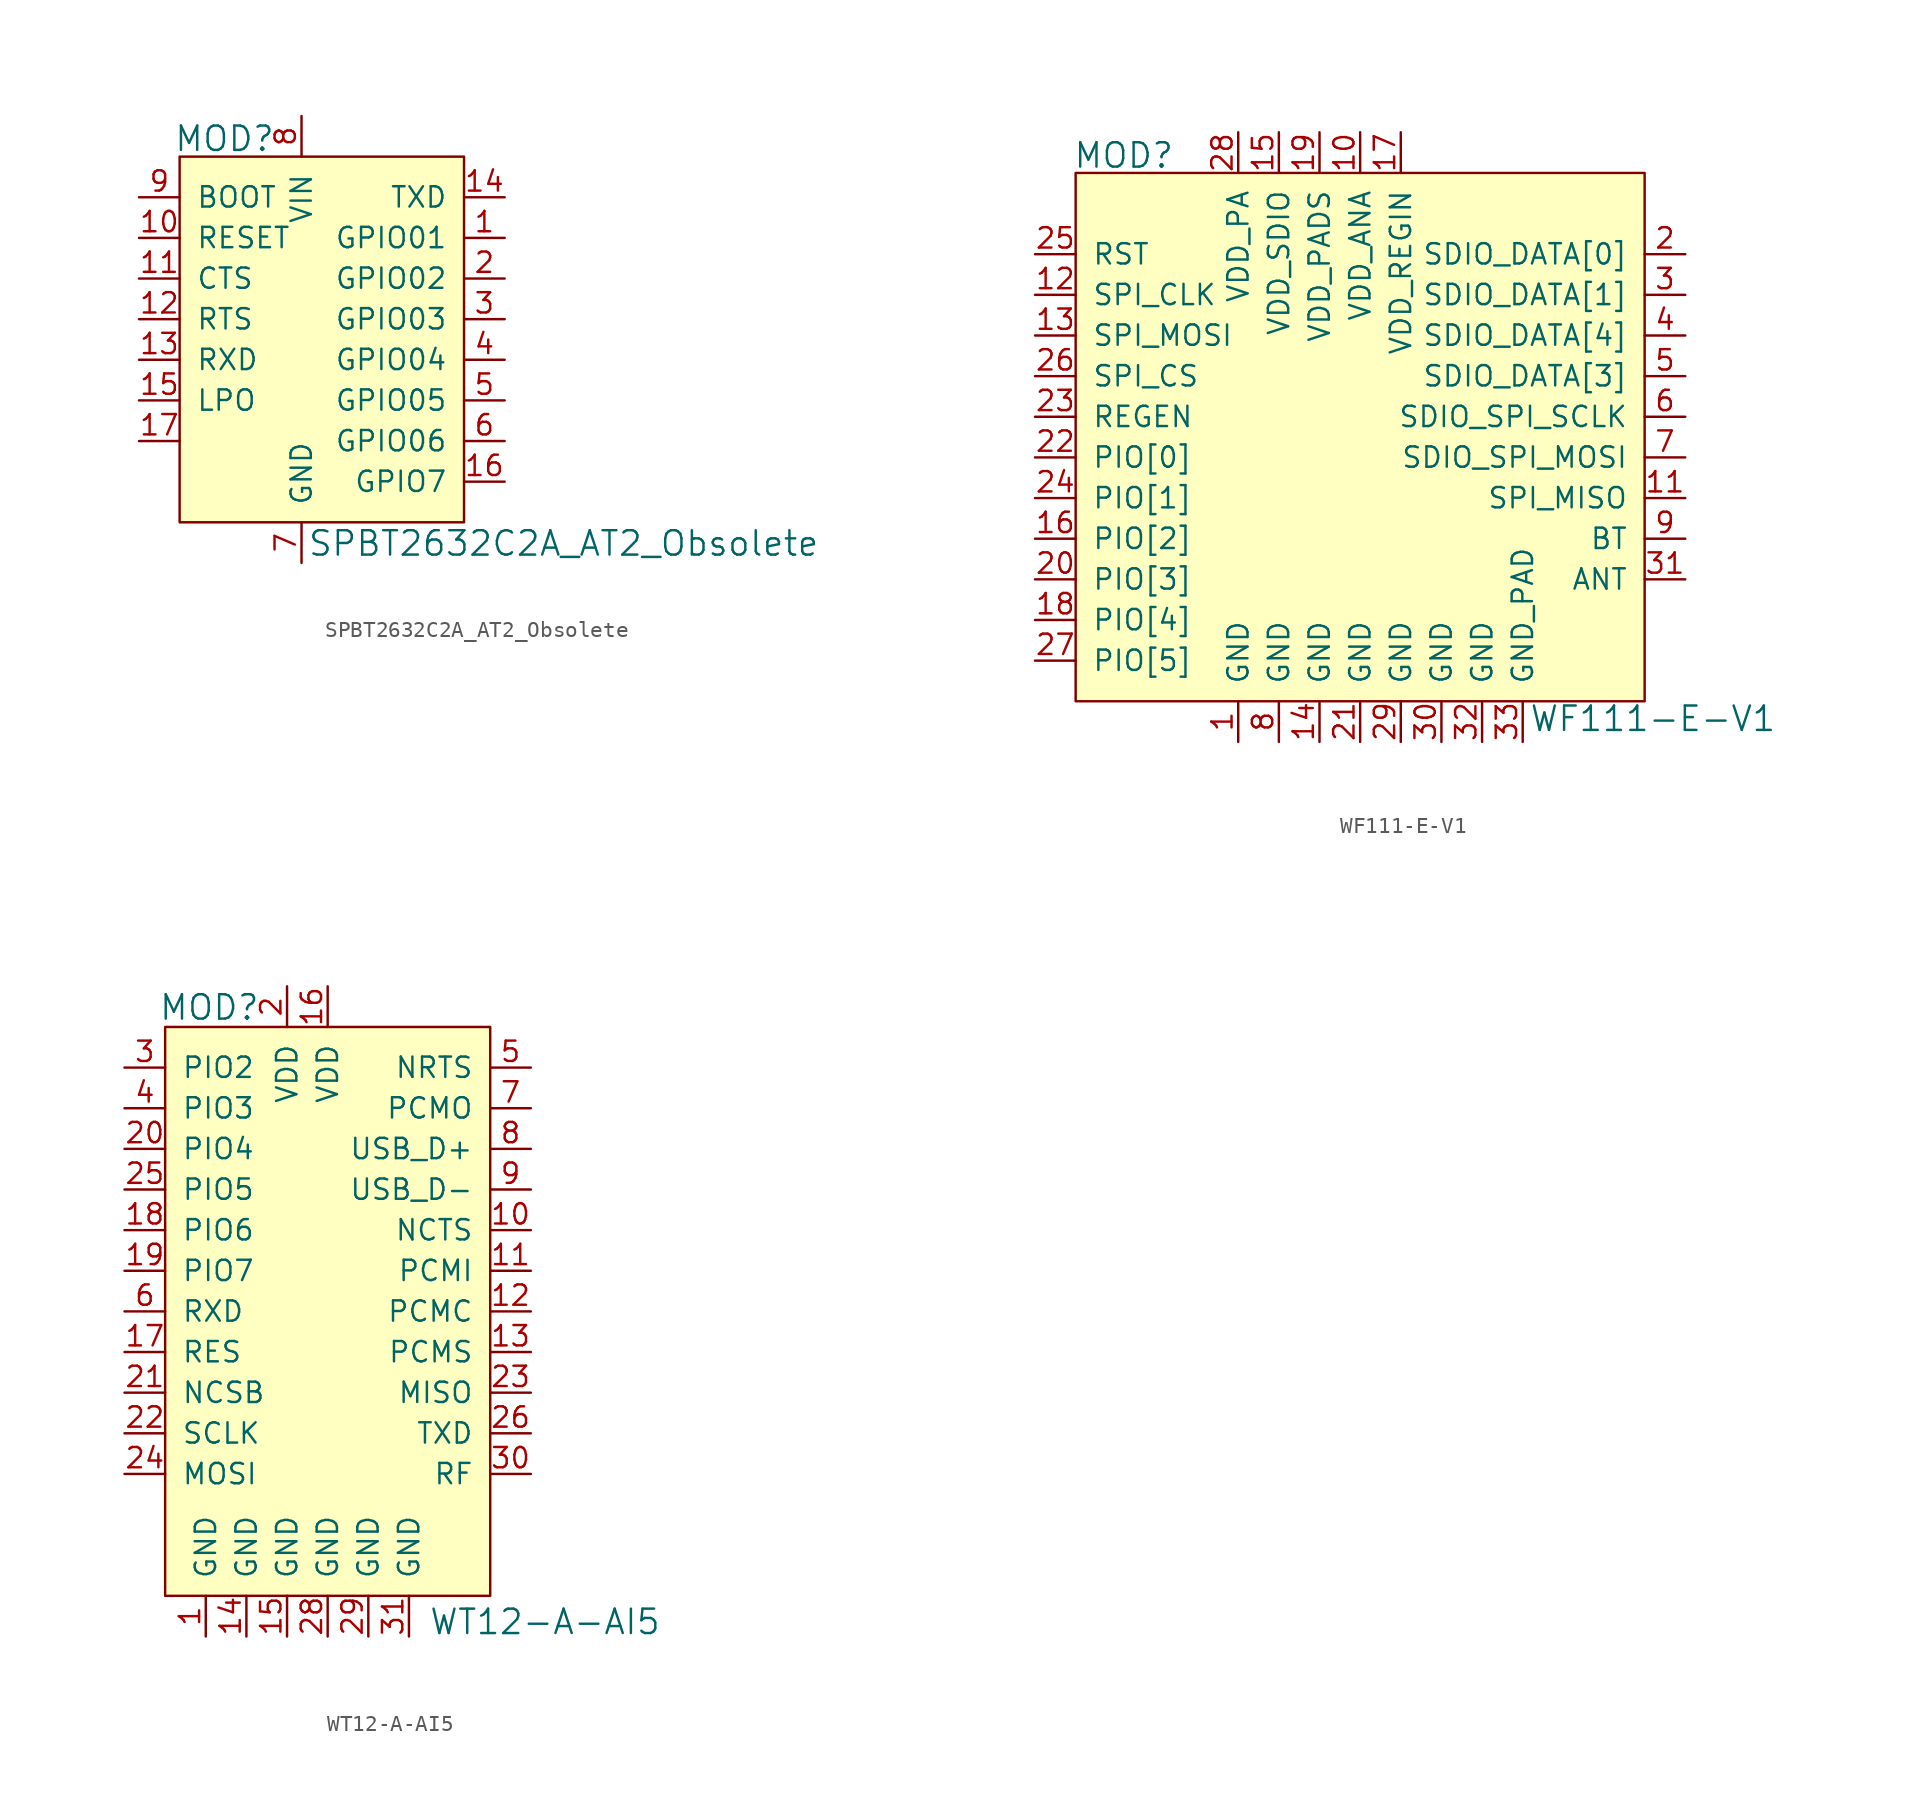
<source format=kicad_sym>
(kicad_symbol_lib
  (version 20211014)
  (generator kicad_symbol_editor)
  (symbol "SPBT2632C2A_AT2_Obsolete"
    (pin_names
      (offset 1.016))
    (property "Reference" "MOD"
      (at -8.001 13.818 0)
      (effects (font (size 1.524 1.524)) (justify left)))
    (property "Value" "SPBT2632C2A_AT2_Obsolete"
      (at 0.356 -11.481 0)
      (effects (font (size 1.524 1.524)) (justify left)))
    (symbol "SPBT2632C2A_AT2_Obsolete_0_1"
      (rectangle (start -7.62 12.7) (end 10.16 -10.16) (stroke (width 0) (type default) (color 0 0 0 0)) (fill (type background))))
    (symbol "SPBT2632C2A_AT2_Obsolete_1_1"
      (pin bidirectional line (at 12.7 7.62 180) (length 2.54) (name "GPIO01" (effects (font (size 1.27 1.27)))) (number "1" (effects (font (size 1.27 1.27)))))
      (pin input line (at -10.16 7.62 0) (length 2.54) (name "RESET" (effects (font (size 1.27 1.27)))) (number "10" (effects (font (size 1.27 1.27)))))
      (pin input line (at -10.16 5.08 0) (length 2.54) (name "CTS" (effects (font (size 1.27 1.27)))) (number "11" (effects (font (size 1.27 1.27)))))
      (pin input line (at -10.16 2.54 0) (length 2.54) (name "RTS" (effects (font (size 1.27 1.27)))) (number "12" (effects (font (size 1.27 1.27)))))
      (pin input line (at -10.16 0 0) (length 2.54) (name "RXD" (effects (font (size 1.27 1.27)))) (number "13" (effects (font (size 1.27 1.27)))))
      (pin output line (at 12.7 10.16 180) (length 2.54) (name "TXD" (effects (font (size 1.27 1.27)))) (number "14" (effects (font (size 1.27 1.27)))))
      (pin bidirectional line (at -10.16 -2.54 0) (length 2.54) (name "LPO" (effects (font (size 1.27 1.27)))) (number "15" (effects (font (size 1.27 1.27)))))
      (pin bidirectional line (at 12.7 -7.62 180) (length 2.54) (name "GPIO7" (effects (font (size 1.27 1.27)))) (number "16" (effects (font (size 1.27 1.27)))))
      (pin unspecified line (at -10.16 -5.08 0) (length 2.54) (name "~" (effects (font (size 1.27 1.27)))) (number "17" (effects (font (size 1.27 1.27)))))
      (pin bidirectional line (at 12.7 5.08 180) (length 2.54) (name "GPIO02" (effects (font (size 1.27 1.27)))) (number "2" (effects (font (size 1.27 1.27)))))
      (pin bidirectional line (at 12.7 2.54 180) (length 2.54) (name "GPIO03" (effects (font (size 1.27 1.27)))) (number "3" (effects (font (size 1.27 1.27)))))
      (pin bidirectional line (at 12.7 0 180) (length 2.54) (name "GPIO04" (effects (font (size 1.27 1.27)))) (number "4" (effects (font (size 1.27 1.27)))))
      (pin bidirectional line (at 12.7 -2.54 180) (length 2.54) (name "GPIO05" (effects (font (size 1.27 1.27)))) (number "5" (effects (font (size 1.27 1.27)))))
      (pin bidirectional line (at 12.7 -5.08 180) (length 2.54) (name "GPIO06" (effects (font (size 1.27 1.27)))) (number "6" (effects (font (size 1.27 1.27)))))
      (pin power_in line (at 0 -12.7 90) (length 2.54) (name "GND" (effects (font (size 1.27 1.27)))) (number "7" (effects (font (size 1.27 1.27)))))
      (pin power_in line (at 0 15.24 270) (length 2.54) (name "VIN" (effects (font (size 1.27 1.27)))) (number "8" (effects (font (size 1.27 1.27)))))
      (pin input line (at -10.16 10.16 0) (length 2.54) (name "BOOT" (effects (font (size 1.27 1.27)))) (number "9" (effects (font (size 1.27 1.27)))))))
  (symbol "WF111-E-V1"
    (pin_names
      (offset 1.016))
    (property "Reference" "MOD"
      (at -17.958 23.952 0)
      (effects (font (size 1.524 1.524)) (justify left)))
    (property "Value" "WF111-E-V1"
      (at 10.541 -11.252 0)
      (effects (font (size 1.524 1.524)) (justify left)))
    (symbol "WF111-E-V1_0_1"
      (rectangle (start -17.78 22.86) (end 17.78 -10.16) (stroke (width 0) (type default) (color 0 0 0 0)) (fill (type background))))
    (symbol "WF111-E-V1_1_1"
      (pin power_in line (at -7.62 -12.7 90) (length 2.54) (name "GND" (effects (font (size 1.27 1.27)))) (number "1" (effects (font (size 1.27 1.27)))))
      (pin power_in line (at 0 25.4 270) (length 2.54) (name "VDD_ANA" (effects (font (size 1.27 1.27)))) (number "10" (effects (font (size 1.27 1.27)))))
      (pin tri_state line (at 20.32 2.54 180) (length 2.54) (name "SPI_MISO" (effects (font (size 1.27 1.27)))) (number "11" (effects (font (size 1.27 1.27)))))
      (pin input line (at -20.32 15.24 0) (length 2.54) (name "SPI_CLK" (effects (font (size 1.27 1.27)))) (number "12" (effects (font (size 1.27 1.27)))))
      (pin input line (at -20.32 12.7 0) (length 2.54) (name "SPI_MOSI" (effects (font (size 1.27 1.27)))) (number "13" (effects (font (size 1.27 1.27)))))
      (pin power_in line (at -2.54 -12.7 90) (length 2.54) (name "GND" (effects (font (size 1.27 1.27)))) (number "14" (effects (font (size 1.27 1.27)))))
      (pin power_in line (at -5.08 25.4 270) (length 2.54) (name "VDD_SDIO" (effects (font (size 1.27 1.27)))) (number "15" (effects (font (size 1.27 1.27)))))
      (pin bidirectional line (at -20.32 0 0) (length 2.54) (name "PIO[2]" (effects (font (size 1.27 1.27)))) (number "16" (effects (font (size 1.27 1.27)))))
      (pin power_in line (at 2.54 25.4 270) (length 2.54) (name "VDD_REGIN" (effects (font (size 1.27 1.27)))) (number "17" (effects (font (size 1.27 1.27)))))
      (pin bidirectional line (at -20.32 -5.08 0) (length 2.54) (name "PIO[4]" (effects (font (size 1.27 1.27)))) (number "18" (effects (font (size 1.27 1.27)))))
      (pin power_in line (at -2.54 25.4 270) (length 2.54) (name "VDD_PADS" (effects (font (size 1.27 1.27)))) (number "19" (effects (font (size 1.27 1.27)))))
      (pin bidirectional line (at 20.32 17.78 180) (length 2.54) (name "SDIO_DATA[0]" (effects (font (size 1.27 1.27)))) (number "2" (effects (font (size 1.27 1.27)))))
      (pin bidirectional line (at -20.32 -2.54 0) (length 2.54) (name "PIO[3]" (effects (font (size 1.27 1.27)))) (number "20" (effects (font (size 1.27 1.27)))))
      (pin power_in line (at 0 -12.7 90) (length 2.54) (name "GND" (effects (font (size 1.27 1.27)))) (number "21" (effects (font (size 1.27 1.27)))))
      (pin bidirectional line (at -20.32 5.08 0) (length 2.54) (name "PIO[0]" (effects (font (size 1.27 1.27)))) (number "22" (effects (font (size 1.27 1.27)))))
      (pin input line (at -20.32 7.62 0) (length 2.54) (name "REGEN" (effects (font (size 1.27 1.27)))) (number "23" (effects (font (size 1.27 1.27)))))
      (pin bidirectional line (at -20.32 2.54 0) (length 2.54) (name "PIO[1]" (effects (font (size 1.27 1.27)))) (number "24" (effects (font (size 1.27 1.27)))))
      (pin input line (at -20.32 17.78 0) (length 2.54) (name "RST" (effects (font (size 1.27 1.27)))) (number "25" (effects (font (size 1.27 1.27)))))
      (pin input line (at -20.32 10.16 0) (length 2.54) (name "SPI_CS" (effects (font (size 1.27 1.27)))) (number "26" (effects (font (size 1.27 1.27)))))
      (pin bidirectional line (at -20.32 -7.62 0) (length 2.54) (name "PIO[5]" (effects (font (size 1.27 1.27)))) (number "27" (effects (font (size 1.27 1.27)))))
      (pin power_in line (at -7.62 25.4 270) (length 2.54) (name "VDD_PA" (effects (font (size 1.27 1.27)))) (number "28" (effects (font (size 1.27 1.27)))))
      (pin power_in line (at 2.54 -12.7 90) (length 2.54) (name "GND" (effects (font (size 1.27 1.27)))) (number "29" (effects (font (size 1.27 1.27)))))
      (pin bidirectional line (at 20.32 15.24 180) (length 2.54) (name "SDIO_DATA[1]" (effects (font (size 1.27 1.27)))) (number "3" (effects (font (size 1.27 1.27)))))
      (pin power_in line (at 5.08 -12.7 90) (length 2.54) (name "GND" (effects (font (size 1.27 1.27)))) (number "30" (effects (font (size 1.27 1.27)))))
      (pin output line (at 20.32 -2.54 180) (length 2.54) (name "ANT" (effects (font (size 1.27 1.27)))) (number "31" (effects (font (size 1.27 1.27)))))
      (pin power_in line (at 7.62 -12.7 90) (length 2.54) (name "GND" (effects (font (size 1.27 1.27)))) (number "32" (effects (font (size 1.27 1.27)))))
      (pin power_in line (at 10.16 -12.7 90) (length 2.54) (name "GND_PAD" (effects (font (size 1.27 1.27)))) (number "33" (effects (font (size 1.27 1.27)))))
      (pin bidirectional line (at 20.32 12.7 180) (length 2.54) (name "SDIO_DATA[4]" (effects (font (size 1.27 1.27)))) (number "4" (effects (font (size 1.27 1.27)))))
      (pin bidirectional line (at 20.32 10.16 180) (length 2.54) (name "SDIO_DATA[3]" (effects (font (size 1.27 1.27)))) (number "5" (effects (font (size 1.27 1.27)))))
      (pin input line (at 20.32 7.62 180) (length 2.54) (name "SDIO_SPI_SCLK" (effects (font (size 1.27 1.27)))) (number "6" (effects (font (size 1.27 1.27)))))
      (pin input line (at 20.32 5.08 180) (length 2.54) (name "SDIO_SPI_MOSI" (effects (font (size 1.27 1.27)))) (number "7" (effects (font (size 1.27 1.27)))))
      (pin power_in line (at -5.08 -12.7 90) (length 2.54) (name "GND" (effects (font (size 1.27 1.27)))) (number "8" (effects (font (size 1.27 1.27)))))
      (pin input line (at 20.32 0 180) (length 2.54) (name "BT" (effects (font (size 1.27 1.27)))) (number "9" (effects (font (size 1.27 1.27)))))))
  (symbol "WT12-A-AI5"
    (pin_names
      (offset 1.016))
    (property "Reference" "MOD"
      (at -1.676 16.459 0)
      (effects (font (size 1.524 1.524)) (justify right)))
    (property "Value" "WT12-A-AI5"
      (at 8.839 -21.946 0)
      (effects (font (size 1.524 1.524)) (justify left)))
    (symbol "WT12-A-AI5_0_1"
      (rectangle (start -7.62 15.24) (end 12.7 -20.32) (stroke (width 0) (type default) (color 0 0 0 0)) (fill (type background))))
    (symbol "WT12-A-AI5_1_1"
      (pin power_in line (at -5.08 -22.86 90) (length 2.54) (name "GND" (effects (font (size 1.27 1.27)))) (number "1" (effects (font (size 1.27 1.27)))))
      (pin input line (at 15.24 2.54 180) (length 2.54) (name "NCTS" (effects (font (size 1.27 1.27)))) (number "10" (effects (font (size 1.27 1.27)))))
      (pin bidirectional line (at 15.24 0 180) (length 2.54) (name "PCMI" (effects (font (size 1.27 1.27)))) (number "11" (effects (font (size 1.27 1.27)))))
      (pin bidirectional line (at 15.24 -2.54 180) (length 2.54) (name "PCMC" (effects (font (size 1.27 1.27)))) (number "12" (effects (font (size 1.27 1.27)))))
      (pin bidirectional line (at 15.24 -5.08 180) (length 2.54) (name "PCMS" (effects (font (size 1.27 1.27)))) (number "13" (effects (font (size 1.27 1.27)))))
      (pin power_in line (at -2.54 -22.86 90) (length 2.54) (name "GND" (effects (font (size 1.27 1.27)))) (number "14" (effects (font (size 1.27 1.27)))))
      (pin power_in line (at 0 -22.86 90) (length 2.54) (name "GND" (effects (font (size 1.27 1.27)))) (number "15" (effects (font (size 1.27 1.27)))))
      (pin power_in line (at 2.54 17.78 270) (length 2.54) (name "VDD" (effects (font (size 1.27 1.27)))) (number "16" (effects (font (size 1.27 1.27)))))
      (pin input line (at -10.16 -5.08 0) (length 2.54) (name "RES" (effects (font (size 1.27 1.27)))) (number "17" (effects (font (size 1.27 1.27)))))
      (pin bidirectional line (at -10.16 2.54 0) (length 2.54) (name "PIO6" (effects (font (size 1.27 1.27)))) (number "18" (effects (font (size 1.27 1.27)))))
      (pin bidirectional line (at -10.16 0 0) (length 2.54) (name "PIO7" (effects (font (size 1.27 1.27)))) (number "19" (effects (font (size 1.27 1.27)))))
      (pin power_in line (at 0 17.78 270) (length 2.54) (name "VDD" (effects (font (size 1.27 1.27)))) (number "2" (effects (font (size 1.27 1.27)))))
      (pin bidirectional line (at -10.16 7.62 0) (length 2.54) (name "PIO4" (effects (font (size 1.27 1.27)))) (number "20" (effects (font (size 1.27 1.27)))))
      (pin input line (at -10.16 -7.62 0) (length 2.54) (name "NCSB" (effects (font (size 1.27 1.27)))) (number "21" (effects (font (size 1.27 1.27)))))
      (pin input line (at -10.16 -10.16 0) (length 2.54) (name "SCLK" (effects (font (size 1.27 1.27)))) (number "22" (effects (font (size 1.27 1.27)))))
      (pin output line (at 15.24 -7.62 180) (length 2.54) (name "MISO" (effects (font (size 1.27 1.27)))) (number "23" (effects (font (size 1.27 1.27)))))
      (pin input line (at -10.16 -12.7 0) (length 2.54) (name "MOSI" (effects (font (size 1.27 1.27)))) (number "24" (effects (font (size 1.27 1.27)))))
      (pin bidirectional line (at -10.16 5.08 0) (length 2.54) (name "PIO5" (effects (font (size 1.27 1.27)))) (number "25" (effects (font (size 1.27 1.27)))))
      (pin output line (at 15.24 -10.16 180) (length 2.54) (name "TXD" (effects (font (size 1.27 1.27)))) (number "26" (effects (font (size 1.27 1.27)))))
      (pin no_connect line (at 10.16 -20.32 90) (length 2.54) hide (name "NC" (effects (font (size 1.27 1.27)))) (number "27" (effects (font (size 1.27 1.27)))))
      (pin power_in line (at 2.54 -22.86 90) (length 2.54) (name "GND" (effects (font (size 1.27 1.27)))) (number "28" (effects (font (size 1.27 1.27)))))
      (pin power_in line (at 5.08 -22.86 90) (length 2.54) (name "GND" (effects (font (size 1.27 1.27)))) (number "29" (effects (font (size 1.27 1.27)))))
      (pin bidirectional line (at -10.16 12.7 0) (length 2.54) (name "PIO2" (effects (font (size 1.27 1.27)))) (number "3" (effects (font (size 1.27 1.27)))))
      (pin bidirectional line (at 15.24 -12.7 180) (length 2.54) (name "RF" (effects (font (size 1.27 1.27)))) (number "30" (effects (font (size 1.27 1.27)))))
      (pin power_in line (at 7.62 -22.86 90) (length 2.54) (name "GND" (effects (font (size 1.27 1.27)))) (number "31" (effects (font (size 1.27 1.27)))))
      (pin bidirectional line (at -10.16 10.16 0) (length 2.54) (name "PIO3" (effects (font (size 1.27 1.27)))) (number "4" (effects (font (size 1.27 1.27)))))
      (pin output line (at 15.24 12.7 180) (length 2.54) (name "NRTS" (effects (font (size 1.27 1.27)))) (number "5" (effects (font (size 1.27 1.27)))))
      (pin input line (at -10.16 -2.54 0) (length 2.54) (name "RXD" (effects (font (size 1.27 1.27)))) (number "6" (effects (font (size 1.27 1.27)))))
      (pin output line (at 15.24 10.16 180) (length 2.54) (name "PCMO" (effects (font (size 1.27 1.27)))) (number "7" (effects (font (size 1.27 1.27)))))
      (pin bidirectional line (at 15.24 7.62 180) (length 2.54) (name "USB_D+" (effects (font (size 1.27 1.27)))) (number "8" (effects (font (size 1.27 1.27)))))
      (pin bidirectional line (at 15.24 5.08 180) (length 2.54) (name "USB_D-" (effects (font (size 1.27 1.27)))) (number "9" (effects (font (size 1.27 1.27))))))))
</source>
